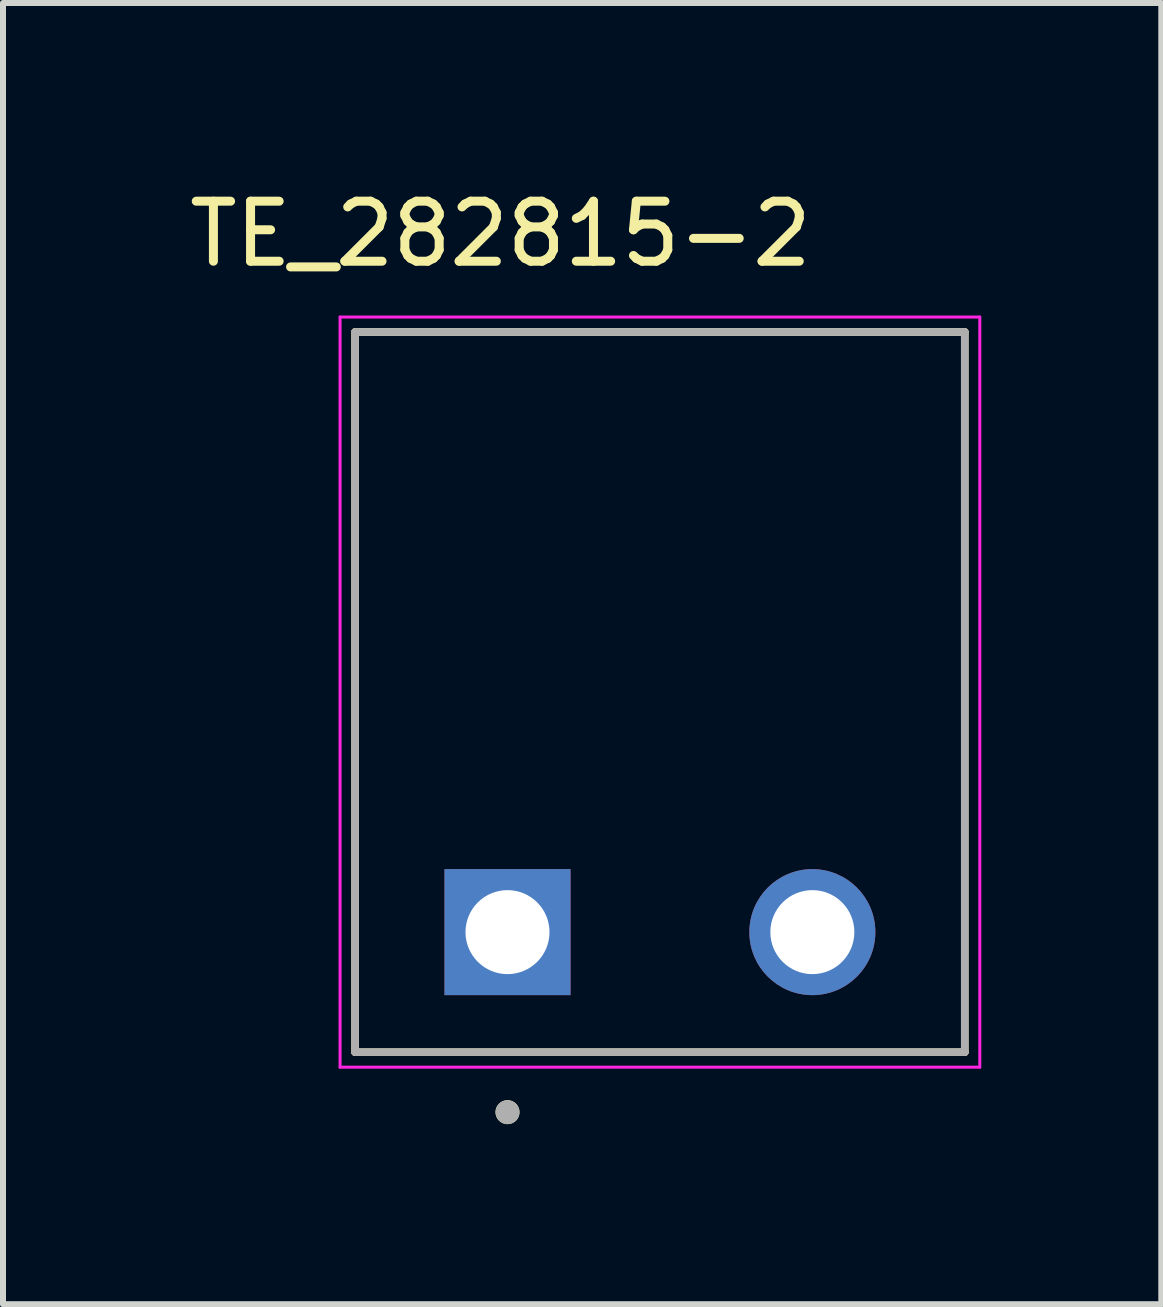
<source format=kicad_pcb>
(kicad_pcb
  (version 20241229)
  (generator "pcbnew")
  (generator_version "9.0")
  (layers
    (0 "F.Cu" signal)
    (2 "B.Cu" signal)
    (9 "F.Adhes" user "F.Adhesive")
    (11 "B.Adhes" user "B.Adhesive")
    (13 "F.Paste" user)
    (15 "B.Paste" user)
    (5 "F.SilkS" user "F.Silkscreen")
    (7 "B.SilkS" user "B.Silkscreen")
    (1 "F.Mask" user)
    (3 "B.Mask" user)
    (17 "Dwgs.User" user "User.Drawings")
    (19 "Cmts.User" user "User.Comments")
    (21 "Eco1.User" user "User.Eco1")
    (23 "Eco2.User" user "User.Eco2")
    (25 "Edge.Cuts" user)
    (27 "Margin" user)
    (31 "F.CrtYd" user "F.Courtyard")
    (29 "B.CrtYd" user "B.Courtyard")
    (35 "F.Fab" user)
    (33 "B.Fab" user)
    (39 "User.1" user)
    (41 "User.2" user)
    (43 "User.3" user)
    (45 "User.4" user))
  (footprint "TE_282815-2"
    (layer "F.Cu")
    (at 7.947 12.483)
    (property "Reference" "TE_282815-2" (at -2.655 -11.635 0) (layer "F.SilkS") (effects (font (size 1 1) (thickness 0.15))))
    (attr through_hole)
    (fp_line (start -5.08 -10) (end 5.08 -10) (stroke (width 0.127) (type solid)) (layer "F.SilkS"))
    (fp_line (start -5.08 2) (end -5.08 -10) (stroke (width 0.127) (type solid)) (layer "F.SilkS"))
    (fp_line (start 5.08 -10) (end 5.08 2) (stroke (width 0.127) (type solid)) (layer "F.SilkS"))
    (fp_line (start 5.08 2) (end -5.08 2) (stroke (width 0.127) (type solid)) (layer "F.SilkS"))
    (fp_circle (center -2.54 3) (end -2.44 3) (stroke (width 0.2) (type solid)) (fill no) (layer "F.SilkS"))
    (fp_line (start -5.33 -10.25) (end 5.33 -10.25) (stroke (width 0.05) (type solid)) (layer "F.CrtYd"))
    (fp_line (start -5.33 2.25) (end -5.33 -10.25) (stroke (width 0.05) (type solid)) (layer "F.CrtYd"))
    (fp_line (start 5.33 -10.25) (end 5.33 2.25) (stroke (width 0.05) (type solid)) (layer "F.CrtYd"))
    (fp_line (start 5.33 2.25) (end -5.33 2.25) (stroke (width 0.05) (type solid)) (layer "F.CrtYd"))
    (fp_line (start -5.08 -10) (end 5.08 -10) (stroke (width 0.127) (type solid)) (layer "F.Fab"))
    (fp_line (start -5.08 2) (end -5.08 -10) (stroke (width 0.127) (type solid)) (layer "F.Fab"))
    (fp_line (start 5.08 -10) (end 5.08 2) (stroke (width 0.127) (type solid)) (layer "F.Fab"))
    (fp_line (start 5.08 2) (end -5.08 2) (stroke (width 0.127) (type solid)) (layer "F.Fab"))
    (fp_circle (center -2.54 3) (end -2.44 3) (stroke (width 0.2) (type solid)) (fill no) (layer "F.Fab"))
    (pad "1" thru_hole rect (at -2.54 0) (size 2.1 2.1) (drill 1.4) (layers "*.Cu" "*.Mask"))
    (pad "2" thru_hole circle (at 2.54 0) (size 2.1 2.1) (drill 1.4) (layers "*.Cu" "*.Mask")))
  (gr_rect
    (start -3 -3)
    (end 16.302 18.683)
    (stroke (width 0.1) (type default))
    (fill no)
    (layer "Edge.Cuts")))
</source>
